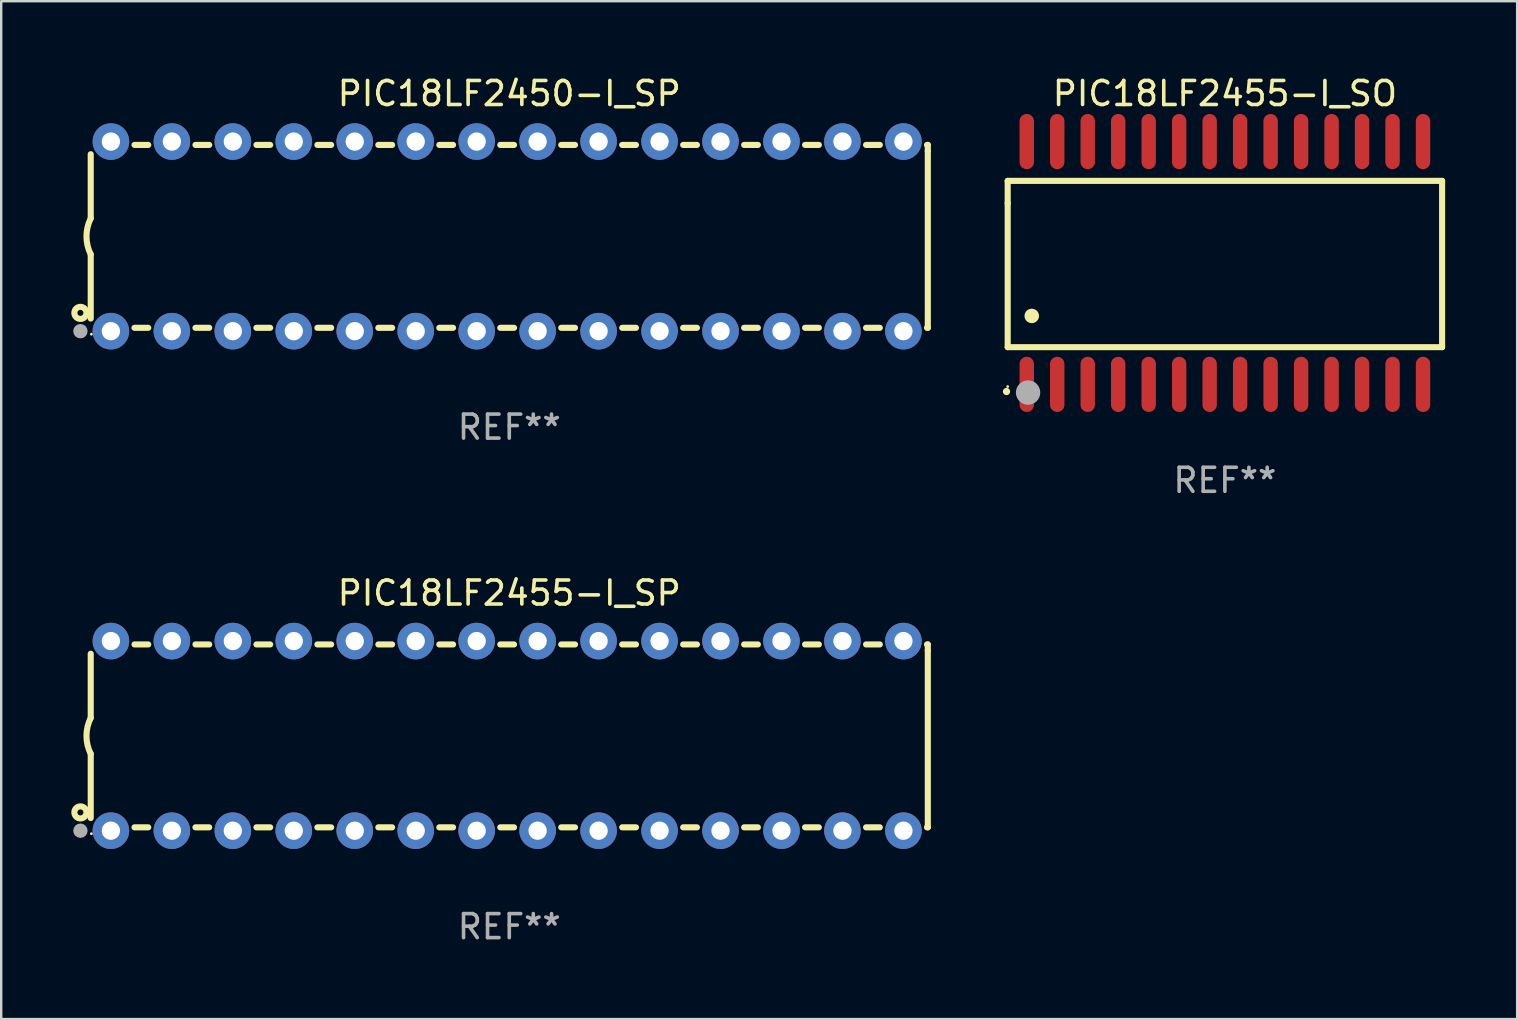
<source format=kicad_pcb>
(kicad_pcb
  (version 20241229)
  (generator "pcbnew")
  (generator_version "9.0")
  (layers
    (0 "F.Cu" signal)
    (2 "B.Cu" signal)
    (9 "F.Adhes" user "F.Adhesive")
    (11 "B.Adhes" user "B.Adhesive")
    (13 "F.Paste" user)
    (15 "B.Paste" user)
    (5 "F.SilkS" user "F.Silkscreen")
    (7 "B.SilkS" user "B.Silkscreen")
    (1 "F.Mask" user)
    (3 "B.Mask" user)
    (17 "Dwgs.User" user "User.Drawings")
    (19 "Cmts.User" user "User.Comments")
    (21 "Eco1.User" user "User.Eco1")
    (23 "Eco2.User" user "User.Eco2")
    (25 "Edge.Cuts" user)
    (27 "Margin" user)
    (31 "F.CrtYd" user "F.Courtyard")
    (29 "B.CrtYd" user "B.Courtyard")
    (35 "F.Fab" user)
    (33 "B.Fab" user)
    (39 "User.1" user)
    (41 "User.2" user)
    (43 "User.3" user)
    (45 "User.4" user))
  (footprint "PIC18LF2455-I_SO"
    (layer "F.Cu")
    (at 47.984 7.906)
    (property "Reference" "PIC18LF2455-I_SO" (at 0 -7.058 0) (layer "F.SilkS") (effects (font (size 1 1) (thickness 0.15))))
    (attr through_hole)
    (fp_line (start -9.05 -3.42) (end 9.05 -3.42) (stroke (width 0.254) (type solid)) (layer "F.SilkS"))
    (fp_line (start -9.05 -2.492) (end -9.05 -3.42) (stroke (width 0.254) (type solid)) (layer "F.SilkS"))
    (fp_line (start -9.05 3.508) (end -9.05 -2.492) (stroke (width 0.254) (type solid)) (layer "F.SilkS"))
    (fp_line (start 9.05 -3.42) (end 9.05 3.508) (stroke (width 0.254) (type solid)) (layer "F.SilkS"))
    (fp_line (start 9.05 3.508) (end -9.05 3.508) (stroke (width 0.254) (type solid)) (layer "F.SilkS"))
    (fp_arc (start -9.100838 5.35649) (mid -9.099568 5.356485) (end -9.098298 5.35649) (stroke (width 0.3) (type solid)) (layer "F.SilkS"))
    (fp_arc (start -8.049276 2.206883) (mid -8.046736 2.206872) (end -8.044196 2.206883) (stroke (width 0.6) (type solid)) (layer "F.SilkS"))
    (fp_circle (center -9.05 5.15) (end -9.02 5.15) (stroke (width 0.06) (type solid)) (fill no) (layer "F.SilkS"))
    (fp_circle (center -8.2 5.4) (end -7.946 5.4) (stroke (width 0.508) (type solid)) (fill no) (layer "F.Fab"))
    (fp_text user "REF**" (at 0 9.058 0) (layer "F.Fab") (effects (font (size 1 1) (thickness 0.15))))
    (pad "1" smd oval (at -8.255 5.058 180) (size 0.6 2.3) (layers "F.Cu" "F.Mask" "F.Paste"))
    (pad "2" smd oval (at -6.985 5.058 180) (size 0.6 2.3) (layers "F.Cu" "F.Mask" "F.Paste"))
    (pad "3" smd oval (at -5.715 5.058 180) (size 0.6 2.3) (layers "F.Cu" "F.Mask" "F.Paste"))
    (pad "4" smd oval (at -4.445 5.058 180) (size 0.6 2.3) (layers "F.Cu" "F.Mask" "F.Paste"))
    (pad "5" smd oval (at -3.175 5.058 180) (size 0.6 2.3) (layers "F.Cu" "F.Mask" "F.Paste"))
    (pad "6" smd oval (at -1.905 5.058 180) (size 0.6 2.3) (layers "F.Cu" "F.Mask" "F.Paste"))
    (pad "7" smd oval (at -0.635 5.058 180) (size 0.6 2.3) (layers "F.Cu" "F.Mask" "F.Paste"))
    (pad "8" smd oval (at 0.635 5.058 180) (size 0.6 2.3) (layers "F.Cu" "F.Mask" "F.Paste"))
    (pad "9" smd oval (at 1.905 5.058 180) (size 0.6 2.3) (layers "F.Cu" "F.Mask" "F.Paste"))
    (pad "10" smd oval (at 3.175 5.058 180) (size 0.6 2.3) (layers "F.Cu" "F.Mask" "F.Paste"))
    (pad "11" smd oval (at 4.445 5.058 180) (size 0.6 2.3) (layers "F.Cu" "F.Mask" "F.Paste"))
    (pad "12" smd oval (at 5.715 5.058 180) (size 0.6 2.3) (layers "F.Cu" "F.Mask" "F.Paste"))
    (pad "13" smd oval (at 6.985 5.058 180) (size 0.6 2.3) (layers "F.Cu" "F.Mask" "F.Paste"))
    (pad "14" smd oval (at 8.255 5.058 180) (size 0.6 2.3) (layers "F.Cu" "F.Mask" "F.Paste"))
    (pad "15" smd oval (at 8.255 -5.058 180) (size 0.6 2.3) (layers "F.Cu" "F.Mask" "F.Paste"))
    (pad "16" smd oval (at 6.985 -5.058 180) (size 0.6 2.3) (layers "F.Cu" "F.Mask" "F.Paste"))
    (pad "17" smd oval (at 5.715 -5.058 180) (size 0.6 2.3) (layers "F.Cu" "F.Mask" "F.Paste"))
    (pad "18" smd oval (at 4.445 -5.058 180) (size 0.6 2.3) (layers "F.Cu" "F.Mask" "F.Paste"))
    (pad "19" smd oval (at 3.175 -5.058 180) (size 0.6 2.3) (layers "F.Cu" "F.Mask" "F.Paste"))
    (pad "20" smd oval (at 1.905 -5.058 180) (size 0.6 2.3) (layers "F.Cu" "F.Mask" "F.Paste"))
    (pad "21" smd oval (at 0.635 -5.058 180) (size 0.6 2.3) (layers "F.Cu" "F.Mask" "F.Paste"))
    (pad "22" smd oval (at -0.635 -5.058 180) (size 0.6 2.3) (layers "F.Cu" "F.Mask" "F.Paste"))
    (pad "23" smd oval (at -1.905 -5.058 180) (size 0.6 2.3) (layers "F.Cu" "F.Mask" "F.Paste"))
    (pad "24" smd oval (at -3.175 -5.058 180) (size 0.6 2.3) (layers "F.Cu" "F.Mask" "F.Paste"))
    (pad "25" smd oval (at -4.445 -5.058 180) (size 0.6 2.3) (layers "F.Cu" "F.Mask" "F.Paste"))
    (pad "26" smd oval (at -5.715 -5.058 180) (size 0.6 2.3) (layers "F.Cu" "F.Mask" "F.Paste"))
    (pad "27" smd oval (at -6.985 -5.058 180) (size 0.6 2.3) (layers "F.Cu" "F.Mask" "F.Paste"))
    (pad "28" smd oval (at -8.255 -5.058 180) (size 0.6 2.3) (layers "F.Cu" "F.Mask" "F.Paste")))
  (footprint "PIC18LF2450-I_SP"
    (layer "F.Cu")
    (at 18.168 6.798)
    (property "Reference" "PIC18LF2450-I_SP" (at 0 -5.95 0) (layer "F.SilkS") (effects (font (size 1 1) (thickness 0.15))))
    (attr through_hole)
    (fp_line (start -17.438 0.75) (end -17.438 3.423) (stroke (width 0.254) (type solid)) (layer "F.SilkS"))
    (fp_line (start -17.438 -3.423) (end -17.438 -0.75) (stroke (width 0.254) (type solid)) (layer "F.SilkS"))
    (fp_line (start -15.615 3.81) (end -15.041 3.81) (stroke (width 0.254) (type solid)) (layer "F.SilkS"))
    (fp_line (start -15.041 -3.81) (end -15.614 -3.81) (stroke (width 0.254) (type solid)) (layer "F.SilkS"))
    (fp_line (start -13.075 3.81) (end -12.501 3.81) (stroke (width 0.254) (type solid)) (layer "F.SilkS"))
    (fp_line (start -12.501 -3.81) (end -13.074 -3.81) (stroke (width 0.254) (type solid)) (layer "F.SilkS"))
    (fp_line (start -10.535 3.81) (end -9.961 3.81) (stroke (width 0.254) (type solid)) (layer "F.SilkS"))
    (fp_line (start -9.961 -3.81) (end -10.534 -3.81) (stroke (width 0.254) (type solid)) (layer "F.SilkS"))
    (fp_line (start -7.995 3.81) (end -7.421 3.81) (stroke (width 0.254) (type solid)) (layer "F.SilkS"))
    (fp_line (start -7.421 -3.81) (end -7.995 -3.81) (stroke (width 0.254) (type solid)) (layer "F.SilkS"))
    (fp_line (start -5.455 3.81) (end -4.881 3.81) (stroke (width 0.254) (type solid)) (layer "F.SilkS"))
    (fp_line (start -4.881 -3.81) (end -5.455 -3.81) (stroke (width 0.254) (type solid)) (layer "F.SilkS"))
    (fp_line (start -2.915 3.81) (end -2.341 3.81) (stroke (width 0.254) (type solid)) (layer "F.SilkS"))
    (fp_line (start -2.341 -3.81) (end -2.915 -3.81) (stroke (width 0.254) (type solid)) (layer "F.SilkS"))
    (fp_line (start -0.375 3.81) (end 0.199 3.81) (stroke (width 0.254) (type solid)) (layer "F.SilkS"))
    (fp_line (start 0.199 -3.81) (end -0.375 -3.81) (stroke (width 0.254) (type solid)) (layer "F.SilkS"))
    (fp_line (start 2.165 3.81) (end 2.739 3.81) (stroke (width 0.254) (type solid)) (layer "F.SilkS"))
    (fp_line (start 2.739 -3.81) (end 2.165 -3.81) (stroke (width 0.254) (type solid)) (layer "F.SilkS"))
    (fp_line (start 4.705 3.81) (end 5.279 3.81) (stroke (width 0.254) (type solid)) (layer "F.SilkS"))
    (fp_line (start 5.279 -3.81) (end 4.705 -3.81) (stroke (width 0.254) (type solid)) (layer "F.SilkS"))
    (fp_line (start 7.245 3.81) (end 7.819 3.81) (stroke (width 0.254) (type solid)) (layer "F.SilkS"))
    (fp_line (start 7.819 -3.81) (end 7.245 -3.81) (stroke (width 0.254) (type solid)) (layer "F.SilkS"))
    (fp_line (start 9.785 3.81) (end 10.359 3.81) (stroke (width 0.254) (type solid)) (layer "F.SilkS"))
    (fp_line (start 10.359 -3.81) (end 9.785 -3.81) (stroke (width 0.254) (type solid)) (layer "F.SilkS"))
    (fp_line (start 12.325 3.81) (end 12.899 3.81) (stroke (width 0.254) (type solid)) (layer "F.SilkS"))
    (fp_line (start 12.899 -3.81) (end 12.325 -3.81) (stroke (width 0.254) (type solid)) (layer "F.SilkS"))
    (fp_line (start 14.865 3.81) (end 15.439 3.81) (stroke (width 0.254) (type solid)) (layer "F.SilkS"))
    (fp_line (start 15.439 -3.81) (end 14.865 -3.81) (stroke (width 0.254) (type solid)) (layer "F.SilkS"))
    (fp_line (start 17.405 3.81) (end 17.438 3.81) (stroke (width 0.254) (type solid)) (layer "F.SilkS"))
    (fp_line (start 17.438 -3.81) (end 17.405 -3.81) (stroke (width 0.254) (type solid)) (layer "F.SilkS"))
    (fp_line (start 17.438 -3.556) (end 17.438 -3.81) (stroke (width 0.254) (type solid)) (layer "F.SilkS"))
    (fp_line (start 17.438 3.81) (end 17.438 -3.556) (stroke (width 0.254) (type solid)) (layer "F.SilkS"))
    (fp_arc (start -17.437986 0.749657) (mid -17.614887 -0.000024) (end -17.437783 -0.749657) (stroke (width 0.254001) (type solid)) (layer "F.SilkS"))
    (fp_circle (center -17.868 3.188) (end -17.743 3.188) (stroke (width 0.254) (type solid)) (fill no) (layer "F.SilkS"))
    (fp_circle (center -17.411 4.077) (end -17.381 4.077) (stroke (width 0.06) (type solid)) (fill no) (layer "F.SilkS"))
    (fp_circle (center -17.868 3.95) (end -17.718 3.95) (stroke (width 0.3) (type solid)) (fill no) (layer "F.Fab"))
    (fp_text user "REF**" (at 0 7.95 0) (layer "F.Fab") (effects (font (size 1 1) (thickness 0.15))))
    (pad "1" thru_hole circle (at -16.598 3.95) (size 1.524 1.524) (drill 0.762) (layers "*.Cu" "*.Mask"))
    (pad "2" thru_hole circle (at -14.058 3.95) (size 1.524 1.524) (drill 0.762) (layers "*.Cu" "*.Mask"))
    (pad "3" thru_hole circle (at -11.518 3.95) (size 1.524 1.524) (drill 0.762) (layers "*.Cu" "*.Mask"))
    (pad "4" thru_hole circle (at -8.978 3.95) (size 1.524 1.524) (drill 0.762) (layers "*.Cu" "*.Mask"))
    (pad "5" thru_hole circle (at -6.438 3.95) (size 1.524 1.524) (drill 0.762) (layers "*.Cu" "*.Mask"))
    (pad "6" thru_hole circle (at -3.898 3.95) (size 1.524 1.524) (drill 0.762) (layers "*.Cu" "*.Mask"))
    (pad "7" thru_hole circle (at -1.358 3.95) (size 1.524 1.524) (drill 0.762) (layers "*.Cu" "*.Mask"))
    (pad "8" thru_hole circle (at 1.182 3.95) (size 1.524 1.524) (drill 0.762) (layers "*.Cu" "*.Mask"))
    (pad "9" thru_hole circle (at 3.722 3.95) (size 1.524 1.524) (drill 0.762) (layers "*.Cu" "*.Mask"))
    (pad "10" thru_hole circle (at 6.262 3.95) (size 1.524 1.524) (drill 0.762) (layers "*.Cu" "*.Mask"))
    (pad "11" thru_hole circle (at 8.802 3.95) (size 1.524 1.524) (drill 0.762) (layers "*.Cu" "*.Mask"))
    (pad "12" thru_hole circle (at 11.342 3.95) (size 1.524 1.524) (drill 0.762) (layers "*.Cu" "*.Mask"))
    (pad "13" thru_hole circle (at 13.882 3.95) (size 1.524 1.524) (drill 0.762) (layers "*.Cu" "*.Mask"))
    (pad "14" thru_hole circle (at 16.422 3.95) (size 1.524 1.524) (drill 0.762) (layers "*.Cu" "*.Mask"))
    (pad "15" thru_hole circle (at 16.422 -3.95) (size 1.524 1.524) (drill 0.762) (layers "*.Cu" "*.Mask"))
    (pad "16" thru_hole circle (at 13.882 -3.95) (size 1.524 1.524) (drill 0.762) (layers "*.Cu" "*.Mask"))
    (pad "17" thru_hole circle (at 11.342 -3.95) (size 1.524 1.524) (drill 0.762) (layers "*.Cu" "*.Mask"))
    (pad "18" thru_hole circle (at 8.802 -3.95) (size 1.524 1.524) (drill 0.762) (layers "*.Cu" "*.Mask"))
    (pad "19" thru_hole circle (at 6.262 -3.95) (size 1.524 1.524) (drill 0.762) (layers "*.Cu" "*.Mask"))
    (pad "20" thru_hole circle (at 3.722 -3.95) (size 1.524 1.524) (drill 0.762) (layers "*.Cu" "*.Mask"))
    (pad "21" thru_hole circle (at 1.182 -3.95) (size 1.524 1.524) (drill 0.762) (layers "*.Cu" "*.Mask"))
    (pad "22" thru_hole circle (at -1.358 -3.95) (size 1.524 1.524) (drill 0.762) (layers "*.Cu" "*.Mask"))
    (pad "23" thru_hole circle (at -3.898 -3.95) (size 1.524 1.524) (drill 0.762) (layers "*.Cu" "*.Mask"))
    (pad "24" thru_hole circle (at -6.438 -3.95) (size 1.524 1.524) (drill 0.762) (layers "*.Cu" "*.Mask"))
    (pad "25" thru_hole circle (at -8.978 -3.95) (size 1.524 1.524) (drill 0.762) (layers "*.Cu" "*.Mask"))
    (pad "26" thru_hole circle (at -11.517 -3.95) (size 1.524 1.524) (drill 0.762) (layers "*.Cu" "*.Mask"))
    (pad "27" thru_hole circle (at -14.057 -3.95) (size 1.524 1.524) (drill 0.762) (layers "*.Cu" "*.Mask"))
    (pad "28" thru_hole circle (at -16.597 -3.95) (size 1.524 1.524) (drill 0.762) (layers "*.Cu" "*.Mask")))
  (footprint "PIC18LF2455-I_SP"
    (layer "F.Cu")
    (at 18.168 27.61)
    (property "Reference" "PIC18LF2455-I_SP" (at 0 -5.95 0) (layer "F.SilkS") (effects (font (size 1 1) (thickness 0.15))))
    (attr through_hole)
    (fp_line (start -17.438 0.75) (end -17.438 3.423) (stroke (width 0.254) (type solid)) (layer "F.SilkS"))
    (fp_line (start -17.438 -3.423) (end -17.438 -0.75) (stroke (width 0.254) (type solid)) (layer "F.SilkS"))
    (fp_line (start -15.615 3.81) (end -15.041 3.81) (stroke (width 0.254) (type solid)) (layer "F.SilkS"))
    (fp_line (start -15.041 -3.81) (end -15.614 -3.81) (stroke (width 0.254) (type solid)) (layer "F.SilkS"))
    (fp_line (start -13.075 3.81) (end -12.501 3.81) (stroke (width 0.254) (type solid)) (layer "F.SilkS"))
    (fp_line (start -12.501 -3.81) (end -13.074 -3.81) (stroke (width 0.254) (type solid)) (layer "F.SilkS"))
    (fp_line (start -10.535 3.81) (end -9.961 3.81) (stroke (width 0.254) (type solid)) (layer "F.SilkS"))
    (fp_line (start -9.961 -3.81) (end -10.534 -3.81) (stroke (width 0.254) (type solid)) (layer "F.SilkS"))
    (fp_line (start -7.995 3.81) (end -7.421 3.81) (stroke (width 0.254) (type solid)) (layer "F.SilkS"))
    (fp_line (start -7.421 -3.81) (end -7.995 -3.81) (stroke (width 0.254) (type solid)) (layer "F.SilkS"))
    (fp_line (start -5.455 3.81) (end -4.881 3.81) (stroke (width 0.254) (type solid)) (layer "F.SilkS"))
    (fp_line (start -4.881 -3.81) (end -5.455 -3.81) (stroke (width 0.254) (type solid)) (layer "F.SilkS"))
    (fp_line (start -2.915 3.81) (end -2.341 3.81) (stroke (width 0.254) (type solid)) (layer "F.SilkS"))
    (fp_line (start -2.341 -3.81) (end -2.915 -3.81) (stroke (width 0.254) (type solid)) (layer "F.SilkS"))
    (fp_line (start -0.375 3.81) (end 0.199 3.81) (stroke (width 0.254) (type solid)) (layer "F.SilkS"))
    (fp_line (start 0.199 -3.81) (end -0.375 -3.81) (stroke (width 0.254) (type solid)) (layer "F.SilkS"))
    (fp_line (start 2.165 3.81) (end 2.739 3.81) (stroke (width 0.254) (type solid)) (layer "F.SilkS"))
    (fp_line (start 2.739 -3.81) (end 2.165 -3.81) (stroke (width 0.254) (type solid)) (layer "F.SilkS"))
    (fp_line (start 4.705 3.81) (end 5.279 3.81) (stroke (width 0.254) (type solid)) (layer "F.SilkS"))
    (fp_line (start 5.279 -3.81) (end 4.705 -3.81) (stroke (width 0.254) (type solid)) (layer "F.SilkS"))
    (fp_line (start 7.245 3.81) (end 7.819 3.81) (stroke (width 0.254) (type solid)) (layer "F.SilkS"))
    (fp_line (start 7.819 -3.81) (end 7.245 -3.81) (stroke (width 0.254) (type solid)) (layer "F.SilkS"))
    (fp_line (start 9.785 3.81) (end 10.359 3.81) (stroke (width 0.254) (type solid)) (layer "F.SilkS"))
    (fp_line (start 10.359 -3.81) (end 9.785 -3.81) (stroke (width 0.254) (type solid)) (layer "F.SilkS"))
    (fp_line (start 12.325 3.81) (end 12.899 3.81) (stroke (width 0.254) (type solid)) (layer "F.SilkS"))
    (fp_line (start 12.899 -3.81) (end 12.325 -3.81) (stroke (width 0.254) (type solid)) (layer "F.SilkS"))
    (fp_line (start 14.865 3.81) (end 15.439 3.81) (stroke (width 0.254) (type solid)) (layer "F.SilkS"))
    (fp_line (start 15.439 -3.81) (end 14.865 -3.81) (stroke (width 0.254) (type solid)) (layer "F.SilkS"))
    (fp_line (start 17.405 3.81) (end 17.438 3.81) (stroke (width 0.254) (type solid)) (layer "F.SilkS"))
    (fp_line (start 17.438 -3.81) (end 17.405 -3.81) (stroke (width 0.254) (type solid)) (layer "F.SilkS"))
    (fp_line (start 17.438 -3.556) (end 17.438 -3.81) (stroke (width 0.254) (type solid)) (layer "F.SilkS"))
    (fp_line (start 17.438 3.81) (end 17.438 -3.556) (stroke (width 0.254) (type solid)) (layer "F.SilkS"))
    (fp_arc (start -17.437986 0.749657) (mid -17.614887 -0.000024) (end -17.437783 -0.749657) (stroke (width 0.254001) (type solid)) (layer "F.SilkS"))
    (fp_circle (center -17.868 3.188) (end -17.743 3.188) (stroke (width 0.254) (type solid)) (fill no) (layer "F.SilkS"))
    (fp_circle (center -17.411 4.077) (end -17.381 4.077) (stroke (width 0.06) (type solid)) (fill no) (layer "F.SilkS"))
    (fp_circle (center -17.868 3.95) (end -17.718 3.95) (stroke (width 0.3) (type solid)) (fill no) (layer "F.Fab"))
    (fp_text user "REF**" (at 0 7.95 0) (layer "F.Fab") (effects (font (size 1 1) (thickness 0.15))))
    (pad "1" thru_hole circle (at -16.598 3.95) (size 1.524 1.524) (drill 0.762) (layers "*.Cu" "*.Mask"))
    (pad "2" thru_hole circle (at -14.058 3.95) (size 1.524 1.524) (drill 0.762) (layers "*.Cu" "*.Mask"))
    (pad "3" thru_hole circle (at -11.518 3.95) (size 1.524 1.524) (drill 0.762) (layers "*.Cu" "*.Mask"))
    (pad "4" thru_hole circle (at -8.978 3.95) (size 1.524 1.524) (drill 0.762) (layers "*.Cu" "*.Mask"))
    (pad "5" thru_hole circle (at -6.438 3.95) (size 1.524 1.524) (drill 0.762) (layers "*.Cu" "*.Mask"))
    (pad "6" thru_hole circle (at -3.898 3.95) (size 1.524 1.524) (drill 0.762) (layers "*.Cu" "*.Mask"))
    (pad "7" thru_hole circle (at -1.358 3.95) (size 1.524 1.524) (drill 0.762) (layers "*.Cu" "*.Mask"))
    (pad "8" thru_hole circle (at 1.182 3.95) (size 1.524 1.524) (drill 0.762) (layers "*.Cu" "*.Mask"))
    (pad "9" thru_hole circle (at 3.722 3.95) (size 1.524 1.524) (drill 0.762) (layers "*.Cu" "*.Mask"))
    (pad "10" thru_hole circle (at 6.262 3.95) (size 1.524 1.524) (drill 0.762) (layers "*.Cu" "*.Mask"))
    (pad "11" thru_hole circle (at 8.802 3.95) (size 1.524 1.524) (drill 0.762) (layers "*.Cu" "*.Mask"))
    (pad "12" thru_hole circle (at 11.342 3.95) (size 1.524 1.524) (drill 0.762) (layers "*.Cu" "*.Mask"))
    (pad "13" thru_hole circle (at 13.882 3.95) (size 1.524 1.524) (drill 0.762) (layers "*.Cu" "*.Mask"))
    (pad "14" thru_hole circle (at 16.422 3.95) (size 1.524 1.524) (drill 0.762) (layers "*.Cu" "*.Mask"))
    (pad "15" thru_hole circle (at 16.422 -3.95) (size 1.524 1.524) (drill 0.762) (layers "*.Cu" "*.Mask"))
    (pad "16" thru_hole circle (at 13.882 -3.95) (size 1.524 1.524) (drill 0.762) (layers "*.Cu" "*.Mask"))
    (pad "17" thru_hole circle (at 11.342 -3.95) (size 1.524 1.524) (drill 0.762) (layers "*.Cu" "*.Mask"))
    (pad "18" thru_hole circle (at 8.802 -3.95) (size 1.524 1.524) (drill 0.762) (layers "*.Cu" "*.Mask"))
    (pad "19" thru_hole circle (at 6.262 -3.95) (size 1.524 1.524) (drill 0.762) (layers "*.Cu" "*.Mask"))
    (pad "20" thru_hole circle (at 3.722 -3.95) (size 1.524 1.524) (drill 0.762) (layers "*.Cu" "*.Mask"))
    (pad "21" thru_hole circle (at 1.182 -3.95) (size 1.524 1.524) (drill 0.762) (layers "*.Cu" "*.Mask"))
    (pad "22" thru_hole circle (at -1.358 -3.95) (size 1.524 1.524) (drill 0.762) (layers "*.Cu" "*.Mask"))
    (pad "23" thru_hole circle (at -3.898 -3.95) (size 1.524 1.524) (drill 0.762) (layers "*.Cu" "*.Mask"))
    (pad "24" thru_hole circle (at -6.438 -3.95) (size 1.524 1.524) (drill 0.762) (layers "*.Cu" "*.Mask"))
    (pad "25" thru_hole circle (at -8.978 -3.95) (size 1.524 1.524) (drill 0.762) (layers "*.Cu" "*.Mask"))
    (pad "26" thru_hole circle (at -11.517 -3.95) (size 1.524 1.524) (drill 0.762) (layers "*.Cu" "*.Mask"))
    (pad "27" thru_hole circle (at -14.057 -3.95) (size 1.524 1.524) (drill 0.762) (layers "*.Cu" "*.Mask"))
    (pad "28" thru_hole circle (at -16.597 -3.95) (size 1.524 1.524) (drill 0.762) (layers "*.Cu" "*.Mask")))
  (gr_rect
    (start -3 -3)
    (end 60.161 39.408)
    (stroke (width 0.1) (type default))
    (fill no)
    (layer "Edge.Cuts")))
</source>
